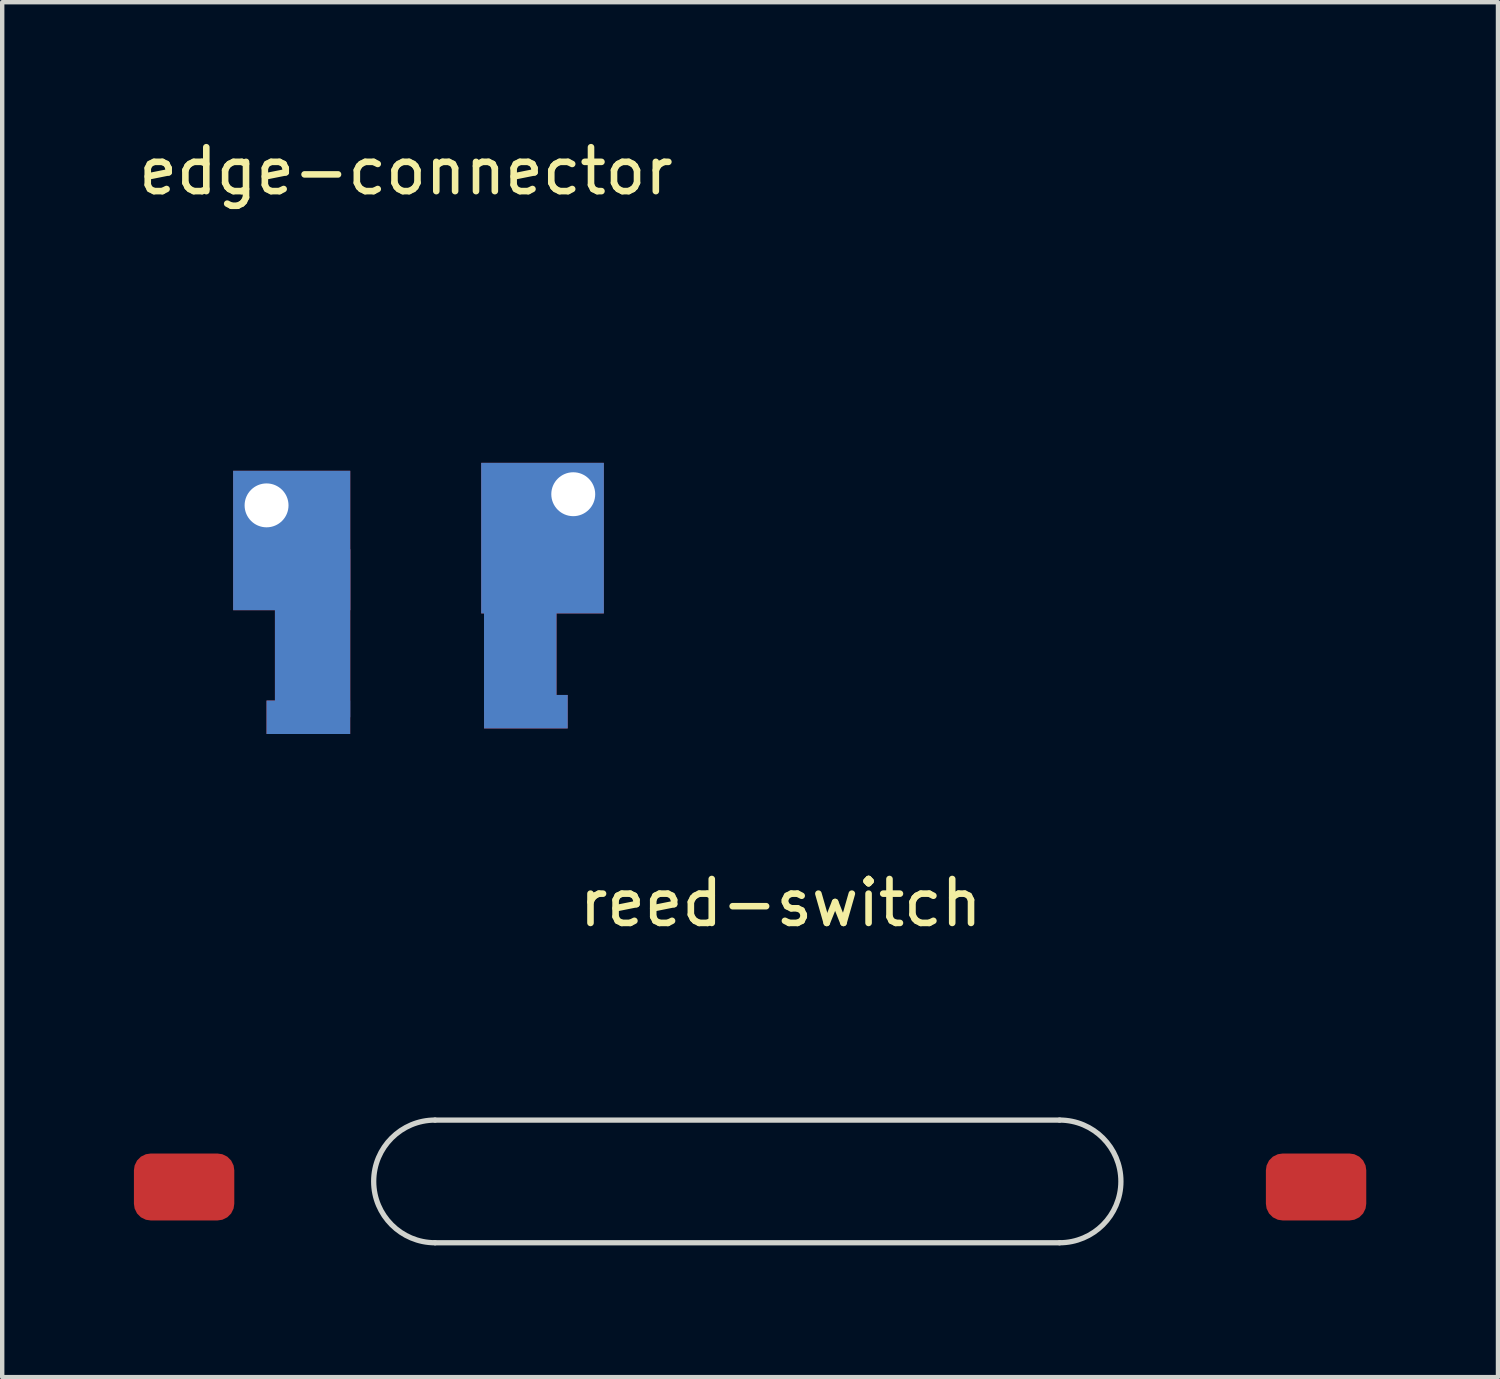
<source format=kicad_pcb>
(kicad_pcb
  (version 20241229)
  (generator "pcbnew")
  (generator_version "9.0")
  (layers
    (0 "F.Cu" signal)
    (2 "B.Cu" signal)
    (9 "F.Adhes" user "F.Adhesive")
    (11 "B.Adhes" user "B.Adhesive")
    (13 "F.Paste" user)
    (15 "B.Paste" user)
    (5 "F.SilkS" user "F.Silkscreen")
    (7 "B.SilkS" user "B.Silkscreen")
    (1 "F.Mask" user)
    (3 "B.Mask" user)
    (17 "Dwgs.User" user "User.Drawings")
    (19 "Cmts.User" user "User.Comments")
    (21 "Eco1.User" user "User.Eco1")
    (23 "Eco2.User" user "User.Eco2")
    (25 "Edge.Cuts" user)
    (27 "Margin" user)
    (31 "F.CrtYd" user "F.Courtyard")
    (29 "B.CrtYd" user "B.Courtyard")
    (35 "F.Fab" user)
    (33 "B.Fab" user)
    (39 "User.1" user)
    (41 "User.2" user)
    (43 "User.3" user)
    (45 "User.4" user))
  (footprint "reed-switch"
    (layer "F.Cu")
    (at 14.732 18.015)
    (property "Reference" "reed-switch" (at 0 -0.5 0) (unlocked yes) (layer "F.SilkS") (effects (font (size 1 1) (thickness 0.15))))
    (attr smd)
    (fp_line (start 6.35 4.445) (end -7.874 4.445) (stroke (width 0.12) (type default)) (layer "Edge.Cuts"))
    (fp_line (start 6.35 7.239) (end -7.874 7.239) (stroke (width 0.12) (type default)) (layer "Edge.Cuts"))
    (fp_arc (start -7.874 7.239) (mid -9.271 5.842) (end -7.874 4.445) (stroke (width 0.12) (type default)) (layer "Edge.Cuts"))
    (fp_arc (start 6.35 4.445) (mid 7.747 5.842) (end 6.35 7.239) (stroke (width 0.12) (type default)) (layer "Edge.Cuts"))
    (pad "1" smd roundrect (at -13.589 5.969) (size 2.286 1.524) (layers "F.Cu" "F.Mask" "F.Paste") (roundrect_rratio 0.25))
    (pad "2" smd roundrect (at 12.192 5.969) (size 2.286 1.524) (layers "F.Cu" "F.Mask" "F.Paste") (roundrect_rratio 0.25)))
  (footprint "edge-connector"
    (layer "F.Cu")
    (at 6.196 1.348)
    (property "Reference" "edge-connector" (at 0 -0.5 0) (unlocked yes) (layer "F.SilkS") (effects (font (size 1 1) (thickness 0.15))))
    (attr smd)
    (pad "1" smd rect (at 2.603 10.16) (size 1.651 3.302) (layers "B.Cu" "B.Mask" "B.Paste"))
    (pad "1" smd rect (at 2.603 10.223) (size 1.651 3.175) (layers "F.Cu" "F.Mask" "F.Paste"))
    (pad "1" smd rect (at 2.731 11.811) (size 1.905 0.762) (layers "F.Cu" "F.Mask" "F.Paste"))
    (pad "1" smd rect (at 2.731 11.811) (size 1.905 0.762) (layers "B.Cu" "B.Mask" "B.Paste"))
    (pad "1" thru_hole rect (at 3.81 6.858) (size 2.794 3.429) (drill 1 (offset -0.7 1)) (layers "*.Cu" "*.Mask"))
    (pad "2" thru_hole rect (at -3.175 7.112) (size 2.667 3.175) (drill 1 (offset 0.572 0.8)) (layers "*.Cu" "*.Mask"))
    (pad "2" smd rect (at -2.223 11.938) (size 1.905 0.762) (layers "F.Cu" "F.Mask" "F.Paste"))
    (pad "2" smd rect (at -2.223 11.938) (size 1.905 0.762) (layers "B.Cu" "B.Mask" "B.Paste"))
    (pad "2" smd rect (at -2.127 10.025) (size 1.714 3.826) (layers "B.Cu" "B.Mask" "B.Paste"))
    (pad "2" smd rect (at -2.127 9.835) (size 1.716 3.445) (layers "F.Cu" "F.Mask" "F.Paste")))
  (gr_rect
    (start -3 -3)
    (end 31.067 28.314)
    (stroke (width 0.1) (type default))
    (fill no)
    (layer "Edge.Cuts")))
</source>
